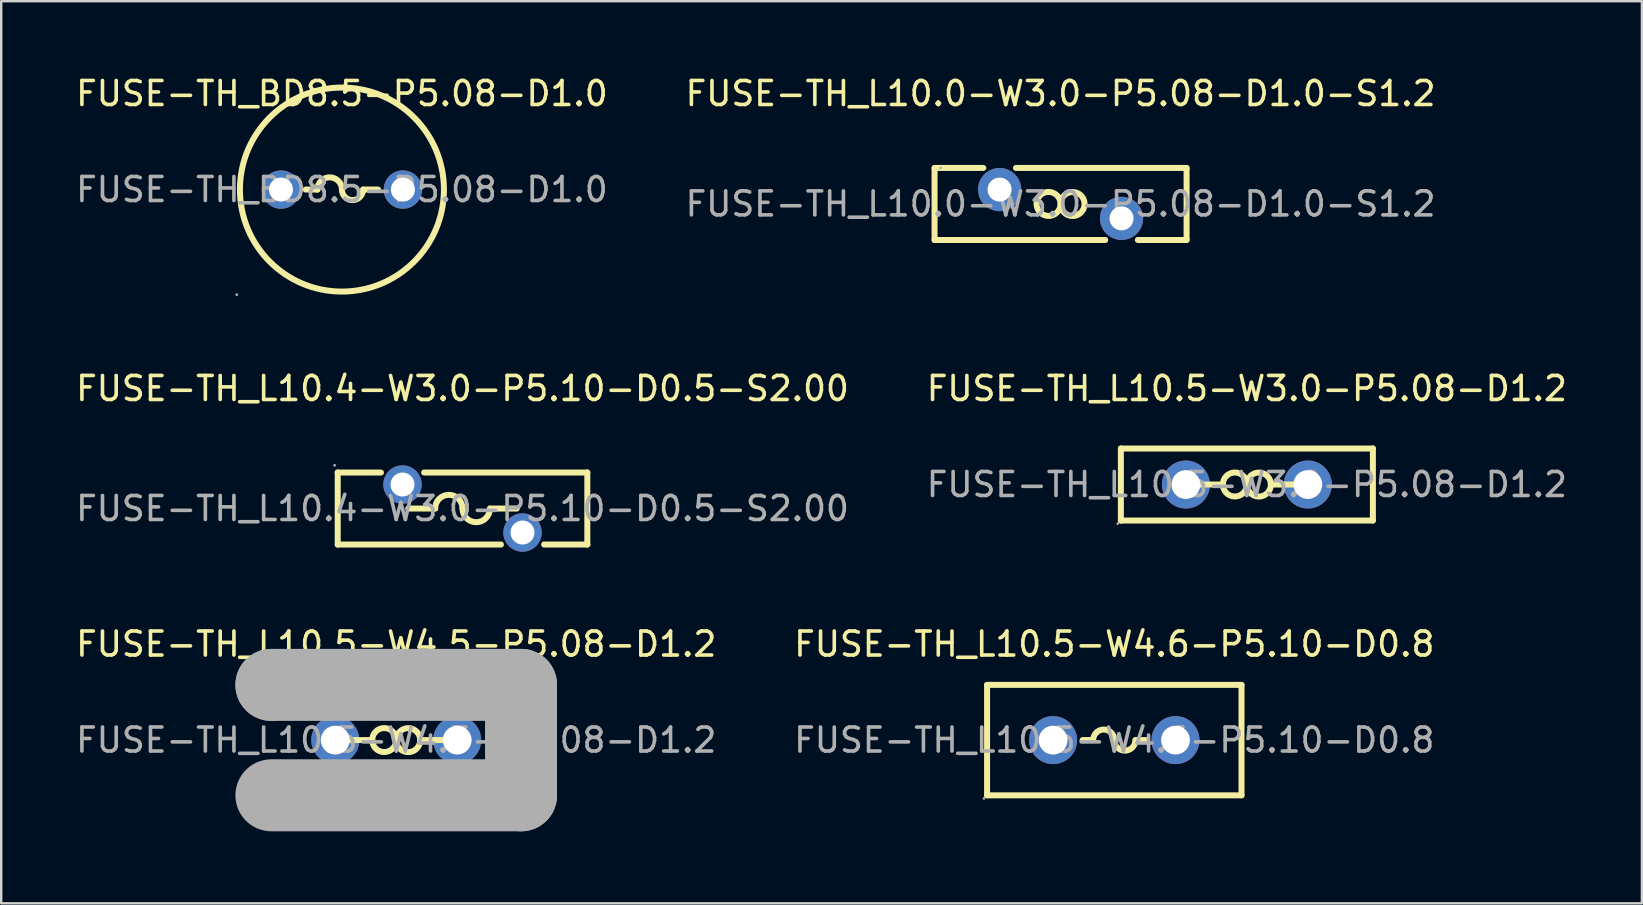
<source format=kicad_pcb>
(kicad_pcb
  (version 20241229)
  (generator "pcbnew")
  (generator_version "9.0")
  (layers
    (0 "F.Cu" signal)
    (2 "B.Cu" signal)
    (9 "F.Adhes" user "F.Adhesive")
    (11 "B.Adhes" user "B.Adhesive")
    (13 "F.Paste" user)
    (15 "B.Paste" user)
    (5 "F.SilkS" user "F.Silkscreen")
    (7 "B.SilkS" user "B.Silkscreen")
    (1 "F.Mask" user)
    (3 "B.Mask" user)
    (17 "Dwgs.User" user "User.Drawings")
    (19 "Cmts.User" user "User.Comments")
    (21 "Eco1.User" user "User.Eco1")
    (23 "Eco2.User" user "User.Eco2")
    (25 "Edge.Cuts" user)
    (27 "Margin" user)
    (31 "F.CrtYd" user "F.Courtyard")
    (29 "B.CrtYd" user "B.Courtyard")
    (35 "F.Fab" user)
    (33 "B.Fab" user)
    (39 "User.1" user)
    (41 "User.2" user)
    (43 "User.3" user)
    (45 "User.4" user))
  (footprint "FUSE-TH_L10.5-W4.6-P5.10-D0.8"
    (layer "F.Cu")
    (at 43.375 27.785)
    (property "Reference" "FUSE-TH_L10.5-W4.6-P5.10-D0.8" (at 0 -4 0) (layer "F.SilkS") (effects (font (size 1 1) (thickness 0.15))))
    (attr through_hole)
    (fp_line (start -5.3 -2.3) (end 5.3 -2.3) (stroke (width 0.25) (type solid)) (layer "F.SilkS"))
    (fp_line (start -5.3 2.3) (end -5.3 -2.3) (stroke (width 0.25) (type solid)) (layer "F.SilkS"))
    (fp_line (start -1.32 0) (end -0.89 0) (stroke (width 0.25) (type solid)) (layer "F.SilkS"))
    (fp_line (start 1.32 0) (end 0.89 0) (stroke (width 0.25) (type solid)) (layer "F.SilkS"))
    (fp_line (start 5.3 -2.3) (end 5.3 2.3) (stroke (width 0.25) (type solid)) (layer "F.SilkS"))
    (fp_line (start 5.3 2.3) (end -5.3 2.3) (stroke (width 0.25) (type solid)) (layer "F.SilkS"))
    (fp_arc (start -0.88 0) (mid -0.44 -0.44) (end 0 0) (stroke (width 0.25) (type solid)) (layer "F.SilkS"))
    (fp_arc (start 0.88 0) (mid 0.44 0.44) (end 0 0) (stroke (width 0.25) (type solid)) (layer "F.SilkS"))
    (fp_circle (center -5.43 2.43) (end -5.4 2.43) (stroke (width 0.06) (type solid)) (fill no) (layer "F.Fab"))
    (fp_circle (center -2.55 0) (end -2.3 0) (stroke (width 0.5) (type solid)) (fill no) (layer "F.Fab"))
    (fp_circle (center 2.55 0) (end 2.8 0) (stroke (width 0.5) (type solid)) (fill no) (layer "F.Fab"))
    (fp_text user "${REFERENCE}" (at 0 0 0) (layer "F.Fab") (effects (font (size 1 1) (thickness 0.15))))
    (pad "1" thru_hole circle (at -2.55 0) (size 2 2) (drill 1.2) (layers "*.Cu" "*.Paste" "*.Mask"))
    (pad "2" thru_hole circle (at 2.55 0) (size 2 2) (drill 1.2) (layers "*.Cu" "*.Paste" "*.Mask")))
  (footprint "FUSE-TH_L10.5-W4.5-P5.08-D1.2"
    (layer "F.Cu")
    (at 13.458 27.785)
    (property "Reference" "FUSE-TH_L10.5-W4.5-P5.08-D1.2" (at 0 -4 0) (layer "F.SilkS") (effects (font (size 1 1) (thickness 0.15))))
    (attr through_hole)
    (fp_line (start -1 0) (end -2 0) (stroke (width 0.25) (type solid)) (layer "F.SilkS"))
    (fp_line (start 1 0) (end 2 0) (stroke (width 0.25) (type solid)) (layer "F.SilkS"))
    (fp_arc (start -0.000076 0.008726) (mid -0.999981 -0.004363) (end 0 0) (stroke (width 0.25) (type solid)) (layer "F.SilkS"))
    (fp_arc (start 0.000076 -0.008726) (mid 0.999981 0.004363) (end 0 0) (stroke (width 0.25) (type solid)) (layer "F.SilkS"))
    (fp_line (start -5.2 -2.3) (end -5.2 -2.3) (stroke (width 3) (type solid)) (layer "F.Fab"))
    (fp_line (start -5.2 -2.3) (end 5.2 -2.3) (stroke (width 3) (type solid)) (layer "F.Fab"))
    (fp_line (start 5.2 -2.3) (end 5.2 2.3) (stroke (width 3) (type solid)) (layer "F.Fab"))
    (fp_line (start 5.2 2.3) (end -5.2 2.3) (stroke (width 3) (type solid)) (layer "F.Fab"))
    (fp_circle (center -5.33 2.43) (end -5.3 2.43) (stroke (width 0.06) (type solid)) (fill no) (layer "F.Fab"))
    (fp_circle (center -2.54 0) (end -2.29 0) (stroke (width 0.5) (type solid)) (fill no) (layer "F.Fab"))
    (fp_circle (center 2.54 0) (end 2.79 0) (stroke (width 0.5) (type solid)) (fill no) (layer "F.Fab"))
    (fp_text user "${REFERENCE}" (at 0 0 0) (layer "F.Fab") (effects (font (size 1 1) (thickness 0.15))))
    (pad "1" thru_hole circle (at -2.54 0) (size 2 2) (drill 1.2) (layers "*.Cu" "*.Paste" "*.Mask"))
    (pad "2" thru_hole circle (at 2.54 0) (size 2 2) (drill 1.2) (layers "*.Cu" "*.Paste" "*.Mask")))
  (footprint "FUSE-TH_L10.0-W3.0-P5.08-D1.0-S1.2"
    (layer "F.Cu")
    (at 41.137 5.448)
    (property "Reference" "FUSE-TH_L10.0-W3.0-P5.08-D1.0-S1.2" (at 0 -4.6 0) (layer "F.SilkS") (effects (font (size 1 1) (thickness 0.15))))
    (attr through_hole)
    (fp_line (start -5.25 -1.5) (end -3.22 -1.5) (stroke (width 0.25) (type solid)) (layer "F.SilkS"))
    (fp_line (start -5.25 1.5) (end -5.25 -1.5) (stroke (width 0.25) (type solid)) (layer "F.SilkS"))
    (fp_line (start -1.86 -1.5) (end 5.25 -1.5) (stroke (width 0.25) (type solid)) (layer "F.SilkS"))
    (fp_line (start 1.86 1.5) (end -5.25 1.5) (stroke (width 0.25) (type solid)) (layer "F.SilkS"))
    (fp_line (start 5.25 -1.5) (end 5.25 1.5) (stroke (width 0.25) (type solid)) (layer "F.SilkS"))
    (fp_line (start 5.25 1.5) (end 3.22 1.5) (stroke (width 0.25) (type solid)) (layer "F.SilkS"))
    (fp_arc (start -0.000076 0.008726) (mid -0.999981 -0.004363) (end 0 0) (stroke (width 0.25) (type solid)) (layer "F.SilkS"))
    (fp_arc (start 0.000076 -0.008726) (mid 0.999981 0.004363) (end 0 0) (stroke (width 0.25) (type solid)) (layer "F.SilkS"))
    (fp_circle (center -5 -1.5) (end -4.97 -1.5) (stroke (width 0.06) (type solid)) (fill no) (layer "F.Fab"))
    (fp_circle (center -2.54 -0.6) (end -2.39 -0.6) (stroke (width 0.3) (type solid)) (fill no) (layer "F.Fab"))
    (fp_circle (center 2.54 0.6) (end 2.69 0.6) (stroke (width 0.3) (type solid)) (fill no) (layer "F.Fab"))
    (fp_text user "${REFERENCE}" (at 0 0 0) (layer "F.Fab") (effects (font (size 1 1) (thickness 0.15))))
    (pad "1" thru_hole circle (at -2.54 -0.6) (size 1.8 1.8) (drill 1) (layers "*.Cu" "*.Paste" "*.Mask"))
    (pad "2" thru_hole circle (at 2.54 0.6) (size 1.8 1.8) (drill 1) (layers "*.Cu" "*.Paste" "*.Mask")))
  (footprint "FUSE-TH_L10.4-W3.0-P5.10-D0.5-S2.00"
    (layer "F.Cu")
    (at 16.22 18.137)
    (property "Reference" "FUSE-TH_L10.4-W3.0-P5.10-D0.5-S2.00" (at 0 -5 0) (layer "F.SilkS") (effects (font (size 1 1) (thickness 0.15))))
    (attr through_hole)
    (fp_line (start -5.2 -1.5) (end -3.4 -1.5) (stroke (width 0.25) (type solid)) (layer "F.SilkS"))
    (fp_line (start -5.2 1.5) (end -5.2 -1.5) (stroke (width 0.25) (type solid)) (layer "F.SilkS"))
    (fp_line (start -5.2 1.5) (end 1.6 1.5) (stroke (width 0.25) (type solid)) (layer "F.SilkS"))
    (fp_line (start -2.26 0) (end -1.14 0) (stroke (width 0.25) (type solid)) (layer "F.SilkS"))
    (fp_line (start -1.6 -1.5) (end 5.2 -1.5) (stroke (width 0.25) (type solid)) (layer "F.SilkS"))
    (fp_line (start 1.17 0) (end 2.26 0) (stroke (width 0.25) (type solid)) (layer "F.SilkS"))
    (fp_line (start 3.4 1.5) (end 5.2 1.5) (stroke (width 0.25) (type solid)) (layer "F.SilkS"))
    (fp_line (start 5.2 -1.5) (end 5.2 1.5) (stroke (width 0.25) (type solid)) (layer "F.SilkS"))
    (fp_arc (start -1.14 0) (mid -0.57 -0.57) (end 0 0) (stroke (width 0.25) (type solid)) (layer "F.SilkS"))
    (fp_arc (start 1.14 0) (mid 0.57 0.57) (end 0 0) (stroke (width 0.25) (type solid)) (layer "F.SilkS"))
    (fp_circle (center -5.33 -1.8) (end -5.3 -1.8) (stroke (width 0.06) (type solid)) (fill no) (layer "F.Fab"))
    (fp_circle (center -2.5 -1) (end -2.3 -1) (stroke (width 0.4) (type solid)) (fill no) (layer "F.Fab"))
    (fp_circle (center 2.5 1) (end 2.7 1) (stroke (width 0.4) (type solid)) (fill no) (layer "F.Fab"))
    (fp_text user "${REFERENCE}" (at 0 0 0) (layer "F.Fab") (effects (font (size 1 1) (thickness 0.15))))
    (pad "1" thru_hole circle (at -2.5 -1) (size 1.6 1.6) (drill 1) (layers "*.Cu" "*.Paste" "*.Mask"))
    (pad "2" thru_hole circle (at 2.5 1) (size 1.6 1.6) (drill 1) (layers "*.Cu" "*.Paste" "*.Mask")))
  (footprint "FUSE-TH_L10.5-W3.0-P5.08-D1.2"
    (layer "F.Cu")
    (at 48.899 17.137)
    (property "Reference" "FUSE-TH_L10.5-W3.0-P5.08-D1.2" (at 0 -4 0) (layer "F.SilkS") (effects (font (size 1 1) (thickness 0.15))))
    (attr through_hole)
    (fp_line (start -5.25 -1.5) (end 5.25 -1.5) (stroke (width 0.25) (type solid)) (layer "F.SilkS"))
    (fp_line (start -5.25 1.5) (end -5.25 -1.5) (stroke (width 0.25) (type solid)) (layer "F.SilkS"))
    (fp_line (start -1 0) (end -2 0) (stroke (width 0.25) (type solid)) (layer "F.SilkS"))
    (fp_line (start 1 0) (end 2 0) (stroke (width 0.25) (type solid)) (layer "F.SilkS"))
    (fp_line (start 5.25 -1.5) (end 5.25 1.5) (stroke (width 0.25) (type solid)) (layer "F.SilkS"))
    (fp_line (start 5.25 1.5) (end -5.25 1.5) (stroke (width 0.25) (type solid)) (layer "F.SilkS"))
    (fp_arc (start -0.000076 0.008726) (mid -0.999981 -0.004363) (end 0 0) (stroke (width 0.25) (type solid)) (layer "F.SilkS"))
    (fp_arc (start 0.000076 -0.008726) (mid 0.999981 0.004363) (end 0 0) (stroke (width 0.25) (type solid)) (layer "F.SilkS"))
    (fp_circle (center -5.38 1.63) (end -5.35 1.63) (stroke (width 0.06) (type solid)) (fill no) (layer "F.Fab"))
    (fp_circle (center -2.54 0) (end -2.29 0) (stroke (width 0.5) (type solid)) (fill no) (layer "F.Fab"))
    (fp_circle (center 2.54 0) (end 2.79 0) (stroke (width 0.5) (type solid)) (fill no) (layer "F.Fab"))
    (fp_text user "${REFERENCE}" (at 0 0 0) (layer "F.Fab") (effects (font (size 1 1) (thickness 0.15))))
    (pad "1" thru_hole circle (at -2.54 0) (size 2 2) (drill 1.2) (layers "*.Cu" "*.Paste" "*.Mask"))
    (pad "2" thru_hole circle (at 2.54 0) (size 2 2) (drill 1.2) (layers "*.Cu" "*.Paste" "*.Mask")))
  (footprint "FUSE-TH_BD8.5-P5.08-D1.0"
    (layer "F.Cu")
    (at 11.196 4.848)
    (property "Reference" "FUSE-TH_BD8.5-P5.08-D1.0" (at 0 -4 0) (layer "F.SilkS") (effects (font (size 1 1) (thickness 0.15))))
    (attr through_hole)
    (fp_line (start -1.51 0) (end -1.02 0) (stroke (width 0.25) (type solid)) (layer "F.SilkS"))
    (fp_line (start 1.51 0) (end 0.89 0) (stroke (width 0.25) (type solid)) (layer "F.SilkS"))
    (fp_arc (start -1.02 0) (mid -0.51 -0.51) (end 0 0) (stroke (width 0.25) (type solid)) (layer "F.SilkS"))
    (fp_arc (start 0.88 0) (mid 0.44 0.44) (end 0 0) (stroke (width 0.25) (type solid)) (layer "F.SilkS"))
    (fp_circle (center 0 0) (end 4.25 0) (stroke (width 0.25) (type solid)) (fill no) (layer "F.SilkS"))
    (fp_circle (center -4.38 4.38) (end -4.35 4.38) (stroke (width 0.06) (type solid)) (fill no) (layer "F.Fab"))
    (fp_circle (center -2.54 0) (end -2.34 0) (stroke (width 0.4) (type solid)) (fill no) (layer "F.Fab"))
    (fp_circle (center 2.54 0) (end 2.74 0) (stroke (width 0.4) (type solid)) (fill no) (layer "F.Fab"))
    (fp_text user "${REFERENCE}" (at 0 0 0) (layer "F.Fab") (effects (font (size 1 1) (thickness 0.15))))
    (pad "1" thru_hole circle (at -2.54 0) (size 1.6 1.6) (drill 1) (layers "*.Cu" "*.Paste" "*.Mask"))
    (pad "2" thru_hole circle (at 2.54 0) (size 1.6 1.6) (drill 1) (layers "*.Cu" "*.Paste" "*.Mask")))
  (gr_rect
    (start -3 -3)
    (end 65.357 34.585)
    (stroke (width 0.1) (type default))
    (fill no)
    (layer "Edge.Cuts")))
</source>
